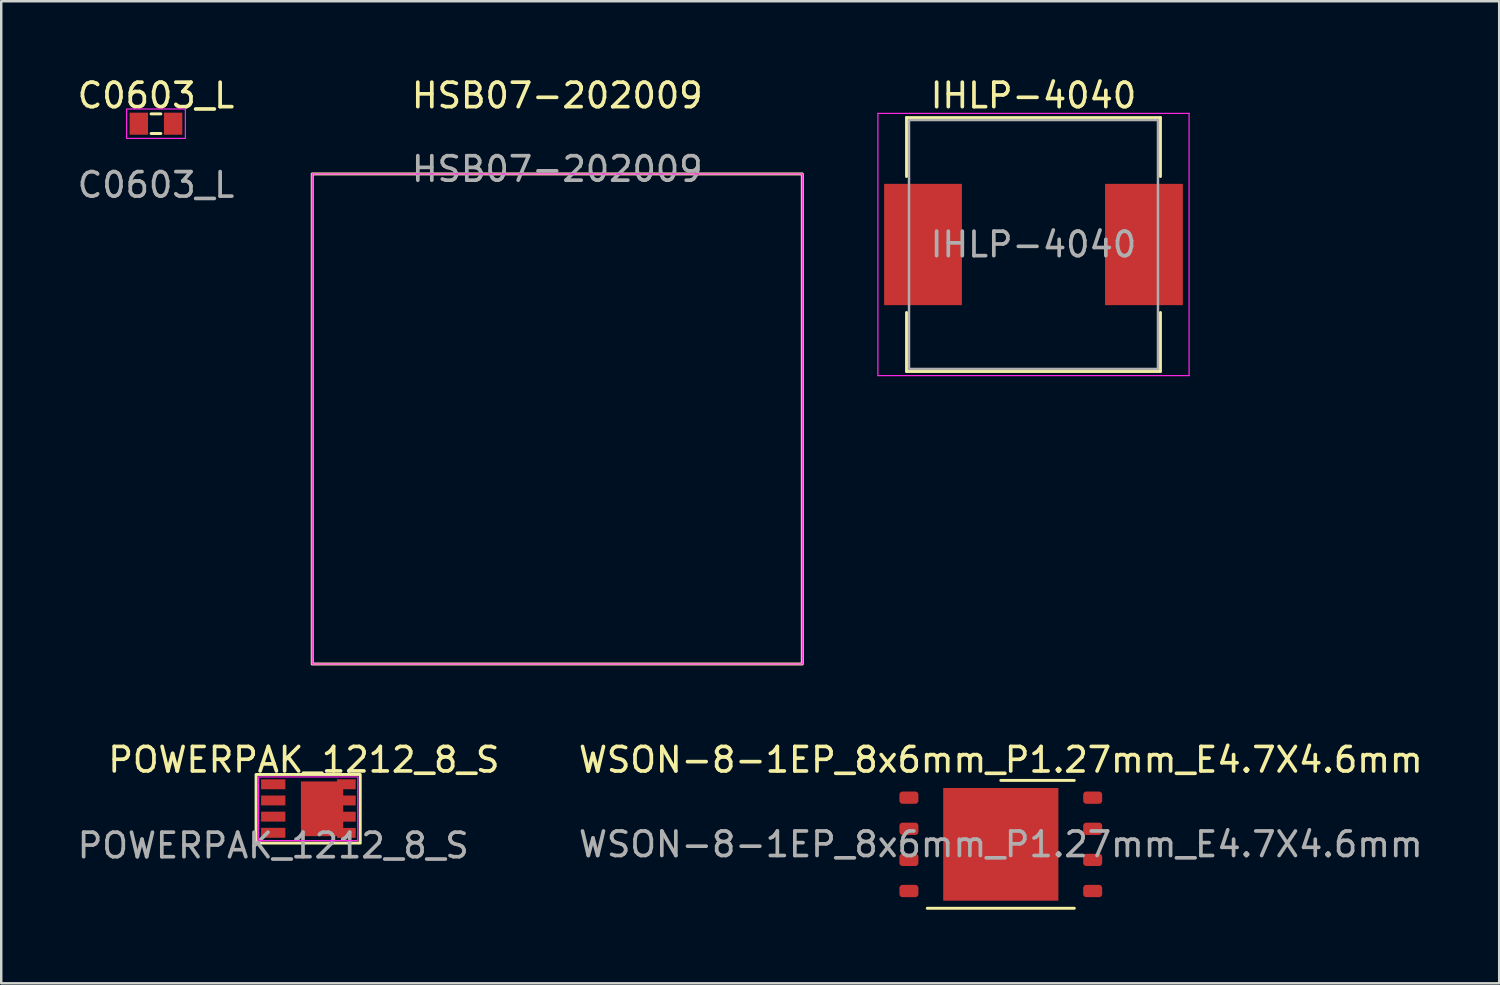
<source format=kicad_pcb>
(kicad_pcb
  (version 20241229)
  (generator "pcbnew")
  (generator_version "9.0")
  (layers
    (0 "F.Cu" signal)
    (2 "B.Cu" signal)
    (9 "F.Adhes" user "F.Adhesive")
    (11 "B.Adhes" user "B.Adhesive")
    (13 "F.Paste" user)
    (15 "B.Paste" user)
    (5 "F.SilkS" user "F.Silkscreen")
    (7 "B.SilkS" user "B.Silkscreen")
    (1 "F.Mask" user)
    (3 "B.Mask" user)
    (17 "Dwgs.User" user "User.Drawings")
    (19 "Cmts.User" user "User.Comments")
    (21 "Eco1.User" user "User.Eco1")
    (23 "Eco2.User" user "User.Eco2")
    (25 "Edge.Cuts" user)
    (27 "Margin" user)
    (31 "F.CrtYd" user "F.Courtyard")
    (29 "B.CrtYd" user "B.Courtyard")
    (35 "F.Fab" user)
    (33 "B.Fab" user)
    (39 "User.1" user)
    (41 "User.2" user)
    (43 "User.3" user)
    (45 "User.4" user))
  (footprint "C0603_L"
    (layer "F.Cu")
    (at 3.315 1.998)
    (property "Reference" "C0603_L" (at 0 -1.15 0) (unlocked yes) (layer "F.SilkS") (effects (font (size 1 1) (thickness 0.15))))
    (fp_line (start -0.2 -0.4) (end 0.2 -0.4) (stroke (width 0.12) (type solid)) (layer "F.SilkS"))
    (fp_line (start -0.2 0.4) (end 0.2 0.4) (stroke (width 0.12) (type solid)) (layer "F.SilkS"))
    (fp_rect (start -1.2 -0.6) (end 1.2 0.6) (stroke (width 0.05) (type solid)) (fill no) (layer "F.CrtYd"))
    (fp_text user "${REFERENCE}" (at 0 2.5 0) (unlocked yes) (layer "F.Fab") (effects (font (size 1 1) (thickness 0.15))))
    (pad "1" smd rect (at -0.7 0) (size 0.75 0.9) (layers "F.Cu" "F.Mask" "F.Paste"))
    (pad "2" smd rect (at 0.7 0) (size 0.75 0.9) (layers "F.Cu" "F.Mask" "F.Paste")))
  (footprint "POWERPAK_1212_8_S"
    (layer "F.Cu")
    (at 8.101 28.956)
    (property "Reference" "POWERPAK_1212_8_S" (at 1.25 -1 0) (unlocked yes) (layer "F.SilkS") (effects (font (size 1 1) (thickness 0.15))))
    (attr smd)
    (fp_poly (pts (xy 3.55 2.4) (xy -0.7 2.4) (xy -0.7 -0.4) (xy 3.55 -0.4)) (stroke (width 0.12) (type solid)) (fill no) (layer "F.SilkS"))
    (fp_poly (pts (xy 3.45 2.3) (xy -0.6 2.3) (xy -0.6 -0.3) (xy 3.45 -0.3)) (stroke (width 0.05) (type solid)) (fill no) (layer "F.CrtYd"))
    (fp_text user "${REFERENCE}" (at 0 2.5 0) (unlocked yes) (layer "F.Fab") (effects (font (size 1 1) (thickness 0.15))))
    (pad "1" smd rect (at 0 0) (size 0.99 0.405) (layers "F.Cu" "F.Mask" "F.Paste"))
    (pad "2" smd rect (at 0 0.66) (size 0.99 0.405) (layers "F.Cu" "F.Mask" "F.Paste"))
    (pad "3" smd rect (at 0 1.32) (size 0.99 0.405) (layers "F.Cu" "F.Mask" "F.Paste"))
    (pad "4" smd rect (at 0 1.98) (size 0.99 0.405) (layers "F.Cu" "F.Mask" "F.Paste"))
    (pad "5" smd rect (at 1.992 1 90) (size 2.235 1.725) (layers "F.Cu" "F.Mask" "F.Paste"))
    (pad "5" smd rect (at 2.985 0 180) (size 0.76 0.406) (layers "F.Cu" "F.Mask" "F.Paste"))
    (pad "5" smd rect (at 2.985 0.661 180) (size 0.76 0.406) (layers "F.Cu" "F.Mask" "F.Paste"))
    (pad "5" smd rect (at 2.985 1.323 180) (size 0.76 0.406) (layers "F.Cu" "F.Mask" "F.Paste"))
    (pad "5" smd rect (at 2.985 1.984 180) (size 0.76 0.406) (layers "F.Cu" "F.Mask" "F.Paste")))
  (footprint "WSON-8-1EP_8x6mm_P1.27mm_E4.7X4.6mm"
    (layer "F.Cu")
    (at 37.792 31.407)
    (property "Reference" "WSON-8-1EP_8x6mm_P1.27mm_E4.7X4.6mm" (at 0 -3.45 0) (layer "F.SilkS") (effects (font (size 1 1) (thickness 0.15))))
    (attr smd)
    (fp_line (start -3 2.61) (end 3 2.61) (stroke (width 0.12) (type solid)) (layer "F.SilkS"))
    (fp_line (start 0 -2.61) (end 3 -2.61) (stroke (width 0.12) (type solid)) (layer "F.SilkS"))
    (fp_text user "${REFERENCE}" (at 0 0 0) (layer "F.Fab") (effects (font (size 1 1) (thickness 0.15))))
    (pad "" smd roundrect (at -0.85 -1) (size 1.37 1.61) (layers "F.Paste") (roundrect_rratio 0.182))
    (pad "" smd roundrect (at -0.85 1) (size 1.37 1.61) (layers "F.Paste") (roundrect_rratio 0.182))
    (pad "" smd roundrect (at 0.85 -1) (size 1.37 1.61) (layers "F.Paste") (roundrect_rratio 0.182))
    (pad "" smd roundrect (at 0.85 1) (size 1.37 1.61) (layers "F.Paste") (roundrect_rratio 0.182))
    (pad "1" smd roundrect (at -3.75 -1.905) (size 0.775 0.5) (layers "F.Cu" "F.Mask" "F.Paste") (roundrect_rratio 0.25))
    (pad "2" smd roundrect (at -3.75 -0.635) (size 0.775 0.5) (layers "F.Cu" "F.Mask" "F.Paste") (roundrect_rratio 0.25))
    (pad "3" smd roundrect (at -3.75 0.635) (size 0.775 0.5) (layers "F.Cu" "F.Mask" "F.Paste") (roundrect_rratio 0.25))
    (pad "4" smd roundrect (at -3.75 1.905) (size 0.775 0.5) (layers "F.Cu" "F.Mask" "F.Paste") (roundrect_rratio 0.25))
    (pad "5" smd roundrect (at 3.75 1.905) (size 0.775 0.5) (layers "F.Cu" "F.Mask" "F.Paste") (roundrect_rratio 0.25))
    (pad "6" smd roundrect (at 3.75 0.635) (size 0.775 0.5) (layers "F.Cu" "F.Mask" "F.Paste") (roundrect_rratio 0.25))
    (pad "7" smd roundrect (at 3.75 -0.635) (size 0.775 0.5) (layers "F.Cu" "F.Mask" "F.Paste") (roundrect_rratio 0.25))
    (pad "8" smd roundrect (at 3.75 -1.905) (size 0.775 0.5) (layers "F.Cu" "F.Mask" "F.Paste") (roundrect_rratio 0.25))
    (pad "9" smd rect (at 0 0) (size 4.7 4.6) (layers "F.Cu" "F.Mask")))
  (footprint "HSB07-202009"
    (layer "F.Cu")
    (at 19.691 14.048)
    (property "Reference" "HSB07-202009" (at 0 -13.2 0) (unlocked yes) (layer "F.SilkS") (effects (font (size 1 1) (thickness 0.15))))
    (attr smd)
    (fp_rect (start -10 -10) (end 10 10) (stroke (width 0.12) (type default)) (fill no) (layer "F.SilkS"))
    (fp_rect (start -10 -10) (end 10 10) (stroke (width 0.05) (type default)) (fill no) (layer "F.CrtYd"))
    (fp_text user "${REFERENCE}" (at 0 -10.2 0) (unlocked yes) (layer "F.Fab") (effects (font (size 1 1) (thickness 0.15)))))
  (footprint "IHLP-4040"
    (layer "F.Cu")
    (at 39.126 6.928)
    (property "Reference" "IHLP-4040" (at 0 -6.08 0) (layer "F.SilkS") (effects (font (size 1 1) (thickness 0.15))))
    (attr smd)
    (fp_line (start -5.18 -5.18) (end 5.18 -5.18) (stroke (width 0.12) (type solid)) (layer "F.SilkS"))
    (fp_line (start -5.18 -2.775) (end -5.18 -5.18) (stroke (width 0.12) (type solid)) (layer "F.SilkS"))
    (fp_line (start -5.18 2.775) (end -5.18 5.18) (stroke (width 0.12) (type solid)) (layer "F.SilkS"))
    (fp_line (start -5.18 5.18) (end 5.18 5.18) (stroke (width 0.12) (type solid)) (layer "F.SilkS"))
    (fp_line (start 5.18 -5.18) (end 5.18 -2.775) (stroke (width 0.12) (type solid)) (layer "F.SilkS"))
    (fp_line (start 5.18 5.18) (end 5.18 2.775) (stroke (width 0.12) (type solid)) (layer "F.SilkS"))
    (fp_line (start -6.35 -5.35) (end -6.35 5.35) (stroke (width 0.05) (type solid)) (layer "F.CrtYd"))
    (fp_line (start -6.35 5.35) (end 6.35 5.35) (stroke (width 0.05) (type solid)) (layer "F.CrtYd"))
    (fp_line (start 6.35 -5.35) (end -6.35 -5.35) (stroke (width 0.05) (type solid)) (layer "F.CrtYd"))
    (fp_line (start 6.35 5.35) (end 6.35 -5.35) (stroke (width 0.05) (type solid)) (layer "F.CrtYd"))
    (fp_line (start -5.08 -5.08) (end -5.08 5.08) (stroke (width 0.1) (type solid)) (layer "F.Fab"))
    (fp_line (start -5.08 5.08) (end 5.08 5.08) (stroke (width 0.1) (type solid)) (layer "F.Fab"))
    (fp_line (start 5.08 -5.08) (end -5.08 -5.08) (stroke (width 0.1) (type solid)) (layer "F.Fab"))
    (fp_line (start 5.08 5.08) (end 5.08 -5.08) (stroke (width 0.1) (type solid)) (layer "F.Fab"))
    (fp_text user "${REFERENCE}" (at 0 0 0) (layer "F.Fab") (effects (font (size 1 1) (thickness 0.15))))
    (pad "1" smd rect (at -4.508 0) (size 3.175 4.95) (layers "F.Cu" "F.Mask" "F.Paste"))
    (pad "2" smd rect (at 4.508 0) (size 3.175 4.95) (layers "F.Cu" "F.Mask" "F.Paste")))
  (gr_rect
    (start -3 -3)
    (end 58.131 37.077)
    (stroke (width 0.1) (type default))
    (fill no)
    (layer "Edge.Cuts")))
</source>
